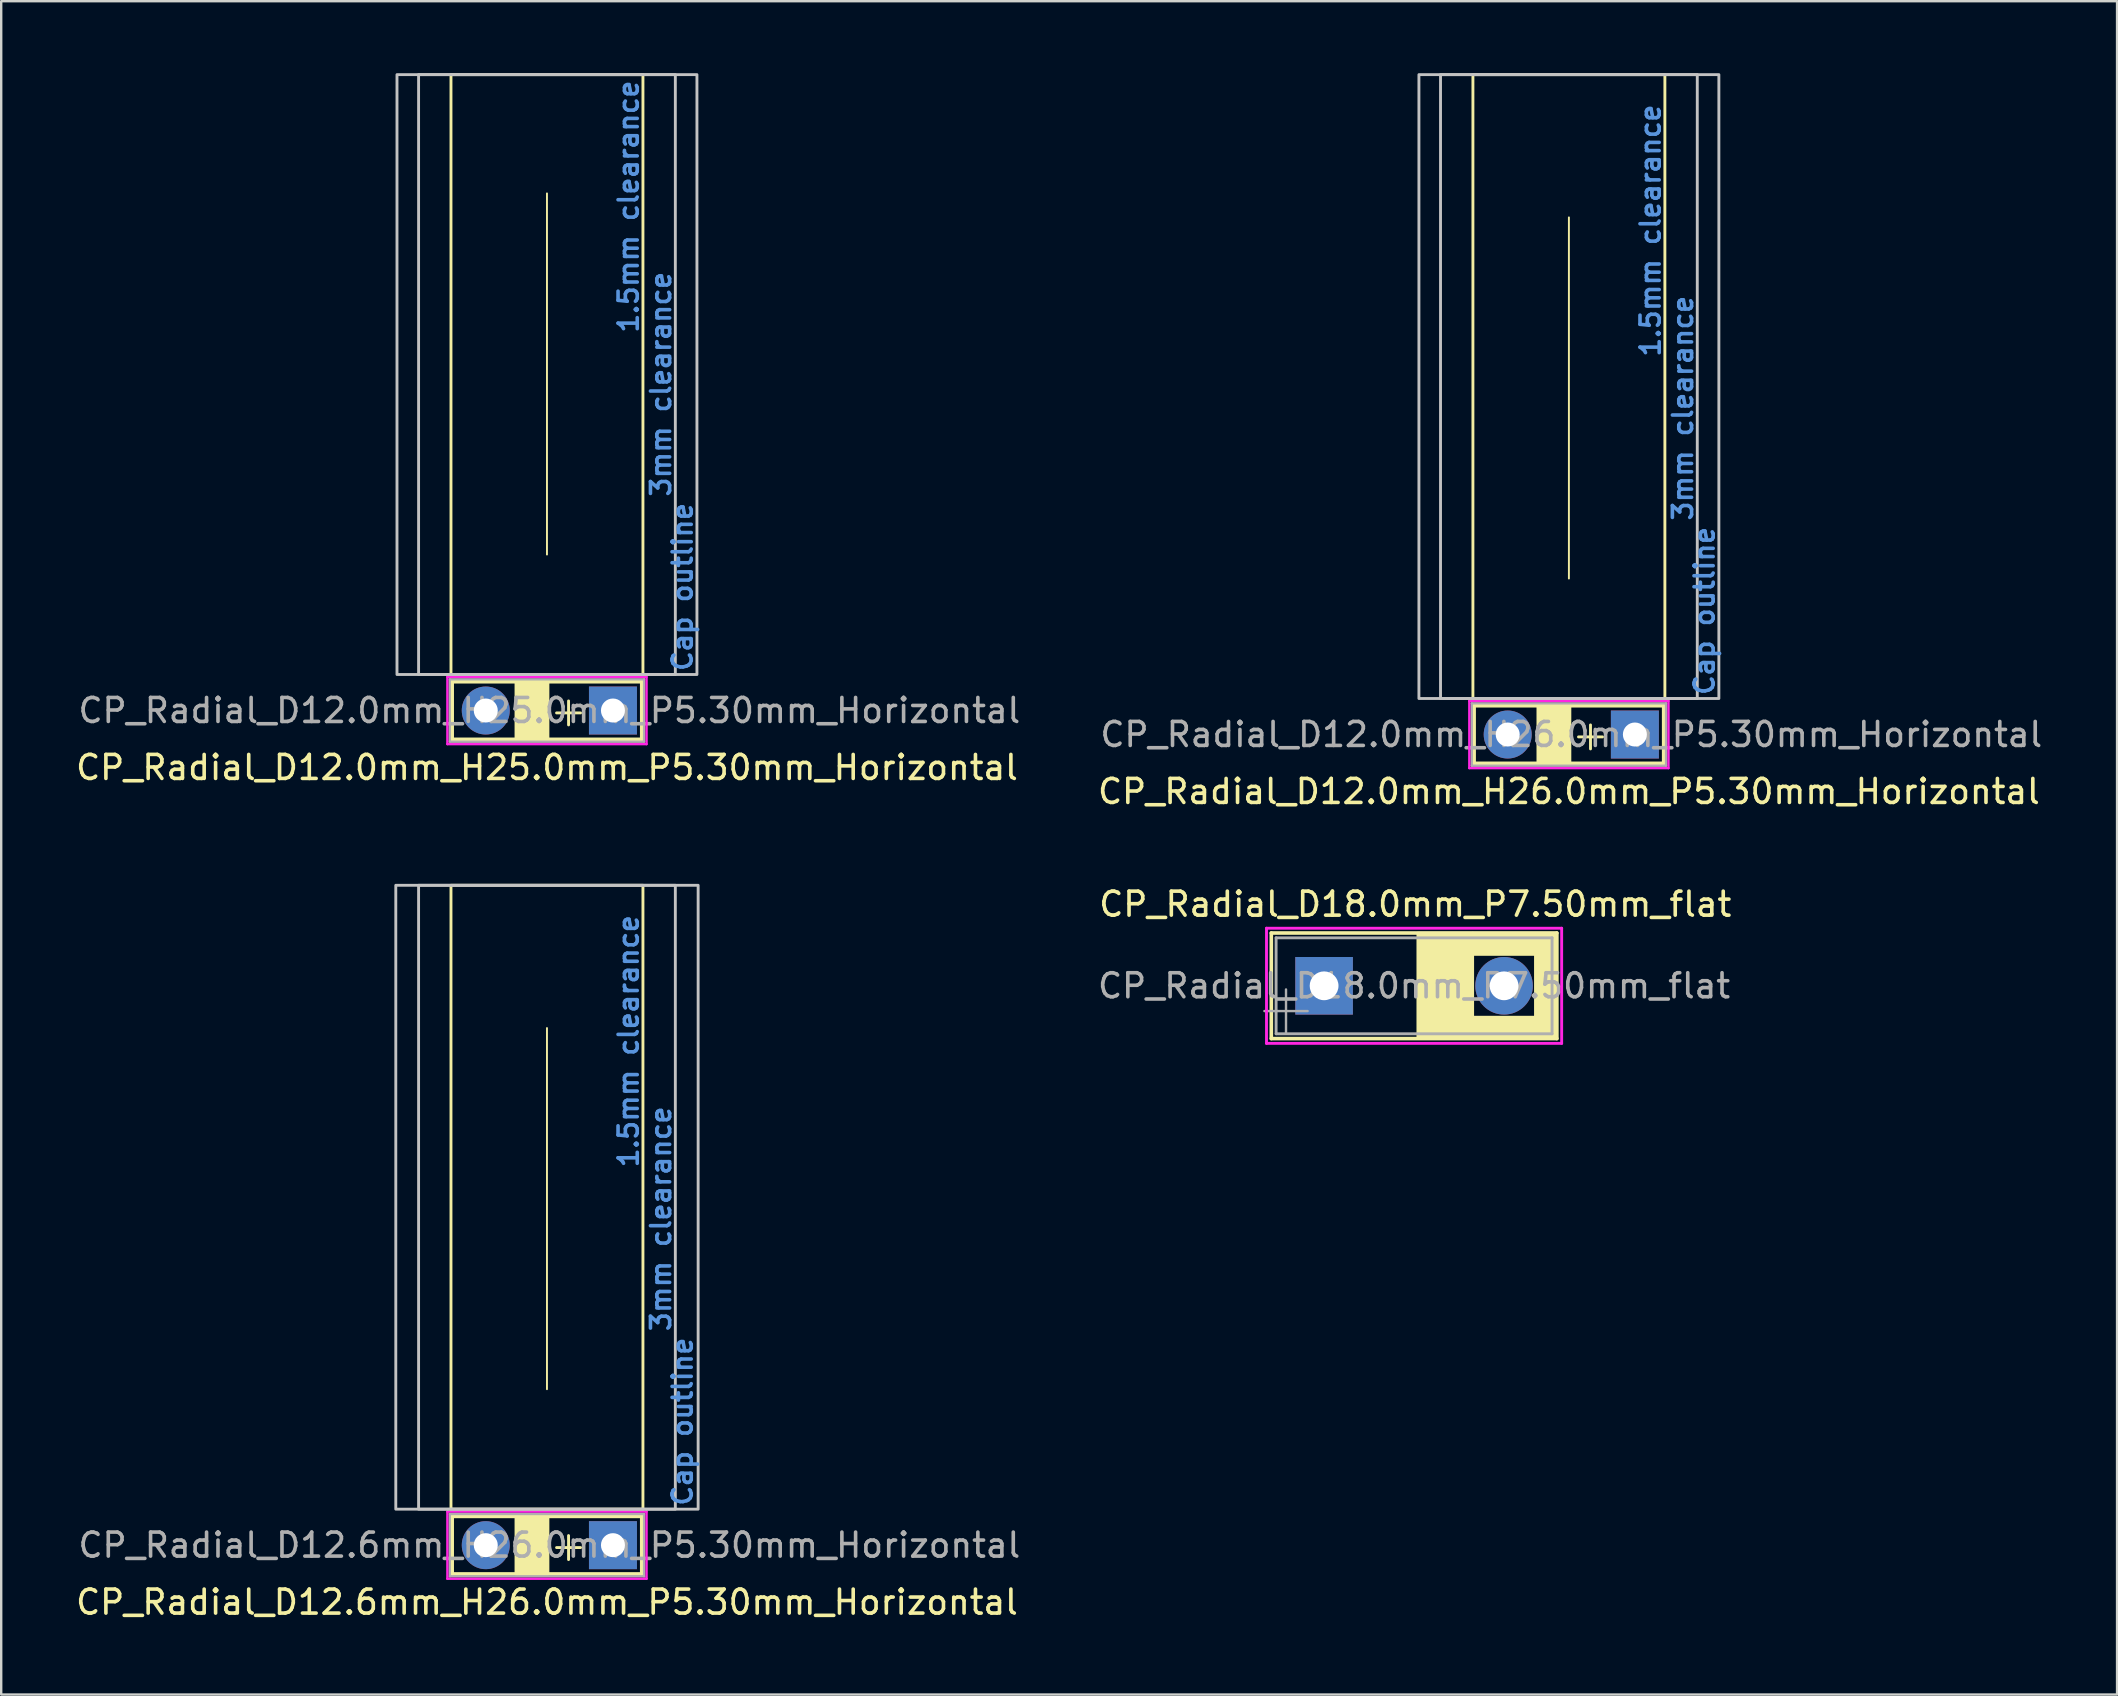
<source format=kicad_pcb>
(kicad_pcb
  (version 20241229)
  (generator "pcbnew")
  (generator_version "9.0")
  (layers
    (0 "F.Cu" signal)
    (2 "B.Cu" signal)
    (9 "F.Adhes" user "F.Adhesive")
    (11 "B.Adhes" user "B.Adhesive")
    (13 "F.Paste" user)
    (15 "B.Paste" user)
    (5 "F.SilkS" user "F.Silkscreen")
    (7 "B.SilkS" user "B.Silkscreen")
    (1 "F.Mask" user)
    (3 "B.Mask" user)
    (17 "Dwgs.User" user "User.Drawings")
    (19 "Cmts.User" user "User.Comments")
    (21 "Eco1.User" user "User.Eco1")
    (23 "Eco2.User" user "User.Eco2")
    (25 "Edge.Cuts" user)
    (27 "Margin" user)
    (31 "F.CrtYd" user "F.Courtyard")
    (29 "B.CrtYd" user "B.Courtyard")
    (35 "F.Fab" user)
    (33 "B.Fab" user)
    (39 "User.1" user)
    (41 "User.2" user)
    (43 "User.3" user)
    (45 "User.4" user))
  (footprint "CP_Radial_D18.0mm_P7.50mm_flat"
    (layer "F.Cu")
    (at 52.13 38.032)
    (property "Reference" "CP_Radial_D18.0mm_P7.50mm_flat" (at 3.8 -3.4 0) (layer "F.SilkS") (effects (font (size 1 1) (thickness 0.15))))
    (attr through_hole)
    (fp_line (start -2.2 -2.2) (end 9.7 -2.2) (stroke (width 0.15) (type solid)) (layer "F.SilkS"))
    (fp_line (start -2.2 2.2) (end -2.2 -2.2) (stroke (width 0.15) (type solid)) (layer "F.SilkS"))
    (fp_line (start 9.7 -2.2) (end 9.7 2.2) (stroke (width 0.15) (type solid)) (layer "F.SilkS"))
    (fp_line (start 9.7 2.2) (end -2.2 2.2) (stroke (width 0.15) (type solid)) (layer "F.SilkS"))
    (fp_poly (pts (xy 6.2 1.3) (xy 9.7 1.3) (xy 9.7 2.2) (xy 3.9 2.2) (xy 3.9 -2.2) (xy 6.2 -2.2)) (stroke (width 0.1) (type solid)) (fill yes) (layer "F.SilkS"))
    (fp_poly (pts (xy 9.7 1.3) (xy 8.8 1.3) (xy 8.8 -1.3) (xy 6.2 -1.3) (xy 6.2 -2.2) (xy 9.7 -2.2)) (stroke (width 0.1) (type solid)) (fill yes) (layer "F.SilkS"))
    (fp_line (start -2.4 -2.4) (end 9.9 -2.4) (stroke (width 0.12) (type solid)) (layer "F.CrtYd"))
    (fp_line (start -2.4 2.4) (end -2.4 -2.4) (stroke (width 0.12) (type solid)) (layer "F.CrtYd"))
    (fp_line (start 9.9 -2.4) (end 9.9 2.4) (stroke (width 0.12) (type solid)) (layer "F.CrtYd"))
    (fp_line (start 9.9 2.4) (end -2.4 2.4) (stroke (width 0.12) (type solid)) (layer "F.CrtYd"))
    (fp_line (start -2.487 1.052) (end -0.687 1.052) (stroke (width 0.1) (type solid)) (layer "F.Fab"))
    (fp_line (start -2 -2) (end 9.5 -2) (stroke (width 0.12) (type solid)) (layer "F.Fab"))
    (fp_line (start -2 2) (end -2 -2) (stroke (width 0.12) (type solid)) (layer "F.Fab"))
    (fp_line (start -1.587 0.152) (end -1.587 1.952) (stroke (width 0.1) (type solid)) (layer "F.Fab"))
    (fp_line (start 9.5 -2) (end 9.5 2) (stroke (width 0.12) (type solid)) (layer "F.Fab"))
    (fp_line (start 9.5 2) (end -2 2) (stroke (width 0.12) (type solid)) (layer "F.Fab"))
    (fp_text user "${REFERENCE}" (at 3.75 0 0) (layer "F.Fab") (effects (font (size 1 1) (thickness 0.15))))
    (pad "1" thru_hole rect (at 0 0) (size 2.4 2.4) (drill 1.2) (layers "*.Cu" "*.Mask"))
    (pad "2" thru_hole circle (at 7.5 0) (size 2.4 2.4) (drill 1.2) (layers "*.Cu" "*.Mask")))
  (footprint "CP_Radial_D12.6mm_H26.0mm_P5.30mm_Horizontal"
    (layer "F.Cu")
    (at 19.744 61.343)
    (property "Reference" "CP_Radial_D12.6mm_H26.0mm_P5.30mm_Horizontal" (at 0 2.375 0) (layer "F.SilkS") (effects (font (size 1 1) (thickness 0.15))))
    (attr through_hole)
    (fp_line (start -3.95 -1.2) (end -3.95 1.2) (stroke (width 0.15) (type solid)) (layer "F.SilkS"))
    (fp_line (start -3.95 1.2) (end 3.95 1.2) (stroke (width 0.15) (type solid)) (layer "F.SilkS"))
    (fp_line (start 0 -21.55) (end 0 -6.5) (stroke (width 0.08) (type solid)) (layer "F.SilkS"))
    (fp_line (start 0.9 0.6) (end 0.9 -0.4) (stroke (width 0.12) (type solid)) (layer "F.SilkS"))
    (fp_line (start 1.4 0.1) (end 0.4 0.1) (stroke (width 0.12) (type solid)) (layer "F.SilkS"))
    (fp_line (start 3.95 -1.2) (end -3.95 -1.2) (stroke (width 0.15) (type solid)) (layer "F.SilkS"))
    (fp_line (start 3.95 1.2) (end 3.95 -1.2) (stroke (width 0.15) (type solid)) (layer "F.SilkS"))
    (fp_rect (start -4 -27.5) (end 4 -1.5) (stroke (width 0.12) (type solid)) (fill no) (layer "F.SilkS"))
    (fp_poly (pts (xy 0.025 1.2) (xy 0.025 -1.2) (xy -1.275 -1.2) (xy -1.275 1.2)) (stroke (width 0.15) (type solid)) (fill yes) (layer "F.SilkS"))
    (fp_rect (start -6.3 -27.5) (end 6.3 -1.5) (stroke (width 0.12) (type solid)) (fill no) (layer "Dwgs.User"))
    (fp_rect (start -5.35 -27.5) (end 5.35 -1.5) (stroke (width 0.12) (type solid)) (fill no) (layer "Dwgs.User"))
    (fp_line (start -4.15 -1.4) (end 4.15 -1.4) (stroke (width 0.1) (type solid)) (layer "F.CrtYd"))
    (fp_line (start -4.15 1.4) (end -4.15 -1.4) (stroke (width 0.1) (type solid)) (layer "F.CrtYd"))
    (fp_line (start 4.15 -1.4) (end 4.15 1.4) (stroke (width 0.1) (type solid)) (layer "F.CrtYd"))
    (fp_line (start 4.15 1.4) (end -4.15 1.4) (stroke (width 0.1) (type solid)) (layer "F.CrtYd"))
    (fp_line (start -4.05 -1.3) (end 4.05 -1.3) (stroke (width 0.1) (type solid)) (layer "F.Fab"))
    (fp_line (start -4.05 1.3) (end -4.05 -1.3) (stroke (width 0.1) (type solid)) (layer "F.Fab"))
    (fp_line (start 4.05 -1.3) (end 4.05 1.3) (stroke (width 0.1) (type solid)) (layer "F.Fab"))
    (fp_line (start 4.05 1.3) (end -4.05 1.3) (stroke (width 0.1) (type solid)) (layer "F.Fab"))
    (fp_text user "1.5mm clearance" (at 3.4 -21 90) (unlocked yes) (layer "Cmts.User") (effects (font (size 0.8 0.8) (thickness 0.15))))
    (fp_text user "Cap outline" (at 5.65 -5.15 90) (unlocked yes) (layer "Cmts.User") (effects (font (size 0.8 0.8) (thickness 0.15))))
    (fp_text user "3mm clearance" (at 4.75 -13.6 90) (unlocked yes) (layer "Cmts.User") (effects (font (size 0.8 0.8) (thickness 0.15))))
    (fp_text user "${REFERENCE}" (at 0.1 0 180) (layer "F.Fab") (effects (font (size 1 1) (thickness 0.15))))
    (pad "1" thru_hole rect (at 2.75 0 180) (size 2 2) (drill 1) (layers "*.Cu" "*.Mask"))
    (pad "2" thru_hole circle (at -2.55 0 180) (size 2 2) (drill 1) (layers "*.Cu" "*.Mask")))
  (footprint "CP_Radial_D12.0mm_H25.0mm_P5.30mm_Horizontal"
    (layer "F.Cu")
    (at 19.744 26.56)
    (property "Reference" "CP_Radial_D12.0mm_H25.0mm_P5.30mm_Horizontal" (at 0 2.375 0) (layer "F.SilkS") (effects (font (size 1 1) (thickness 0.15))))
    (attr through_hole)
    (fp_line (start -3.95 -1.2) (end -3.95 1.2) (stroke (width 0.15) (type solid)) (layer "F.SilkS"))
    (fp_line (start -3.95 1.2) (end 3.95 1.2) (stroke (width 0.15) (type solid)) (layer "F.SilkS"))
    (fp_line (start 0 -21.55) (end 0 -6.5) (stroke (width 0.08) (type solid)) (layer "F.SilkS"))
    (fp_line (start 0.9 0.6) (end 0.9 -0.4) (stroke (width 0.12) (type solid)) (layer "F.SilkS"))
    (fp_line (start 1.4 0.1) (end 0.4 0.1) (stroke (width 0.12) (type solid)) (layer "F.SilkS"))
    (fp_line (start 3.95 -1.2) (end -3.95 -1.2) (stroke (width 0.15) (type solid)) (layer "F.SilkS"))
    (fp_line (start 3.95 1.2) (end 3.95 -1.2) (stroke (width 0.15) (type solid)) (layer "F.SilkS"))
    (fp_rect (start -4 -26.5) (end 4 -1.5) (stroke (width 0.12) (type solid)) (fill no) (layer "F.SilkS"))
    (fp_poly (pts (xy 0.025 1.2) (xy 0.025 -1.2) (xy -1.275 -1.2) (xy -1.275 1.2)) (stroke (width 0.15) (type solid)) (fill yes) (layer "F.SilkS"))
    (fp_rect (start -6.25 -26.5) (end 6.25 -1.5) (stroke (width 0.12) (type solid)) (fill no) (layer "Dwgs.User"))
    (fp_rect (start -5.35 -26.5) (end 5.35 -1.5) (stroke (width 0.12) (type solid)) (fill no) (layer "Dwgs.User"))
    (fp_line (start -4.15 -1.4) (end 4.15 -1.4) (stroke (width 0.1) (type solid)) (layer "F.CrtYd"))
    (fp_line (start -4.15 1.4) (end -4.15 -1.4) (stroke (width 0.1) (type solid)) (layer "F.CrtYd"))
    (fp_line (start 4.15 -1.4) (end 4.15 1.4) (stroke (width 0.1) (type solid)) (layer "F.CrtYd"))
    (fp_line (start 4.15 1.4) (end -4.15 1.4) (stroke (width 0.1) (type solid)) (layer "F.CrtYd"))
    (fp_line (start -4.05 -1.3) (end 4.05 -1.3) (stroke (width 0.1) (type solid)) (layer "F.Fab"))
    (fp_line (start -4.05 1.3) (end -4.05 -1.3) (stroke (width 0.1) (type solid)) (layer "F.Fab"))
    (fp_line (start 4.05 -1.3) (end 4.05 1.3) (stroke (width 0.1) (type solid)) (layer "F.Fab"))
    (fp_line (start 4.05 1.3) (end -4.05 1.3) (stroke (width 0.1) (type solid)) (layer "F.Fab"))
    (fp_text user "1.5mm clearance" (at 3.4 -21 90) (unlocked yes) (layer "Cmts.User") (effects (font (size 0.8 0.8) (thickness 0.15))))
    (fp_text user "3mm clearance" (at 4.75 -13.6 90) (unlocked yes) (layer "Cmts.User") (effects (font (size 0.8 0.8) (thickness 0.15))))
    (fp_text user "Cap outline" (at 5.65 -5.15 90) (unlocked yes) (layer "Cmts.User") (effects (font (size 0.8 0.8) (thickness 0.15))))
    (fp_text user "${REFERENCE}" (at 0.1 0 180) (layer "F.Fab") (effects (font (size 1 1) (thickness 0.15))))
    (pad "1" thru_hole rect (at 2.75 0 180) (size 2 2) (drill 1) (layers "*.Cu" "*.Mask"))
    (pad "2" thru_hole circle (at -2.55 0 180) (size 2 2) (drill 1) (layers "*.Cu" "*.Mask")))
  (footprint "CP_Radial_D12.0mm_H26.0mm_P5.30mm_Horizontal"
    (layer "F.Cu")
    (at 62.332 27.56)
    (property "Reference" "CP_Radial_D12.0mm_H26.0mm_P5.30mm_Horizontal" (at 0 2.375 0) (layer "F.SilkS") (effects (font (size 1 1) (thickness 0.15))))
    (attr through_hole)
    (fp_line (start -3.95 -1.2) (end -3.95 1.2) (stroke (width 0.15) (type solid)) (layer "F.SilkS"))
    (fp_line (start -3.95 1.2) (end 3.95 1.2) (stroke (width 0.15) (type solid)) (layer "F.SilkS"))
    (fp_line (start 0 -21.55) (end 0 -6.5) (stroke (width 0.08) (type solid)) (layer "F.SilkS"))
    (fp_line (start 0.9 0.6) (end 0.9 -0.4) (stroke (width 0.12) (type solid)) (layer "F.SilkS"))
    (fp_line (start 1.4 0.1) (end 0.4 0.1) (stroke (width 0.12) (type solid)) (layer "F.SilkS"))
    (fp_line (start 3.95 -1.2) (end -3.95 -1.2) (stroke (width 0.15) (type solid)) (layer "F.SilkS"))
    (fp_line (start 3.95 1.2) (end 3.95 -1.2) (stroke (width 0.15) (type solid)) (layer "F.SilkS"))
    (fp_rect (start -4 -27.5) (end 4 -1.5) (stroke (width 0.12) (type solid)) (fill no) (layer "F.SilkS"))
    (fp_poly (pts (xy 0.025 1.2) (xy 0.025 -1.2) (xy -1.275 -1.2) (xy -1.275 1.2)) (stroke (width 0.15) (type solid)) (fill yes) (layer "F.SilkS"))
    (fp_rect (start -6.25 -27.5) (end 6.25 -1.5) (stroke (width 0.12) (type solid)) (fill no) (layer "Dwgs.User"))
    (fp_rect (start -5.35 -27.5) (end 5.35 -1.5) (stroke (width 0.12) (type solid)) (fill no) (layer "Dwgs.User"))
    (fp_line (start -4.15 -1.4) (end 4.15 -1.4) (stroke (width 0.1) (type solid)) (layer "F.CrtYd"))
    (fp_line (start -4.15 1.4) (end -4.15 -1.4) (stroke (width 0.1) (type solid)) (layer "F.CrtYd"))
    (fp_line (start 4.15 -1.4) (end 4.15 1.4) (stroke (width 0.1) (type solid)) (layer "F.CrtYd"))
    (fp_line (start 4.15 1.4) (end -4.15 1.4) (stroke (width 0.1) (type solid)) (layer "F.CrtYd"))
    (fp_line (start -4.05 -1.3) (end 4.05 -1.3) (stroke (width 0.1) (type solid)) (layer "F.Fab"))
    (fp_line (start -4.05 1.3) (end -4.05 -1.3) (stroke (width 0.1) (type solid)) (layer "F.Fab"))
    (fp_line (start 4.05 -1.3) (end 4.05 1.3) (stroke (width 0.1) (type solid)) (layer "F.Fab"))
    (fp_line (start 4.05 1.3) (end -4.05 1.3) (stroke (width 0.1) (type solid)) (layer "F.Fab"))
    (fp_text user "Cap outline" (at 5.65 -5.15 90) (unlocked yes) (layer "Cmts.User") (effects (font (size 0.8 0.8) (thickness 0.15))))
    (fp_text user "3mm clearance" (at 4.75 -13.6 90) (unlocked yes) (layer "Cmts.User") (effects (font (size 0.8 0.8) (thickness 0.15))))
    (fp_text user "1.5mm clearance" (at 3.4 -21 90) (unlocked yes) (layer "Cmts.User") (effects (font (size 0.8 0.8) (thickness 0.15))))
    (fp_text user "${REFERENCE}" (at 0.1 0 180) (layer "F.Fab") (effects (font (size 1 1) (thickness 0.15))))
    (pad "1" thru_hole rect (at 2.75 0 180) (size 2 2) (drill 1) (layers "*.Cu" "*.Mask"))
    (pad "2" thru_hole circle (at -2.55 0 180) (size 2 2) (drill 1) (layers "*.Cu" "*.Mask")))
  (gr_rect
    (start -3 -3)
    (end 85.176 67.567)
    (stroke (width 0.1) (type default))
    (fill no)
    (layer "Edge.Cuts")))
</source>
